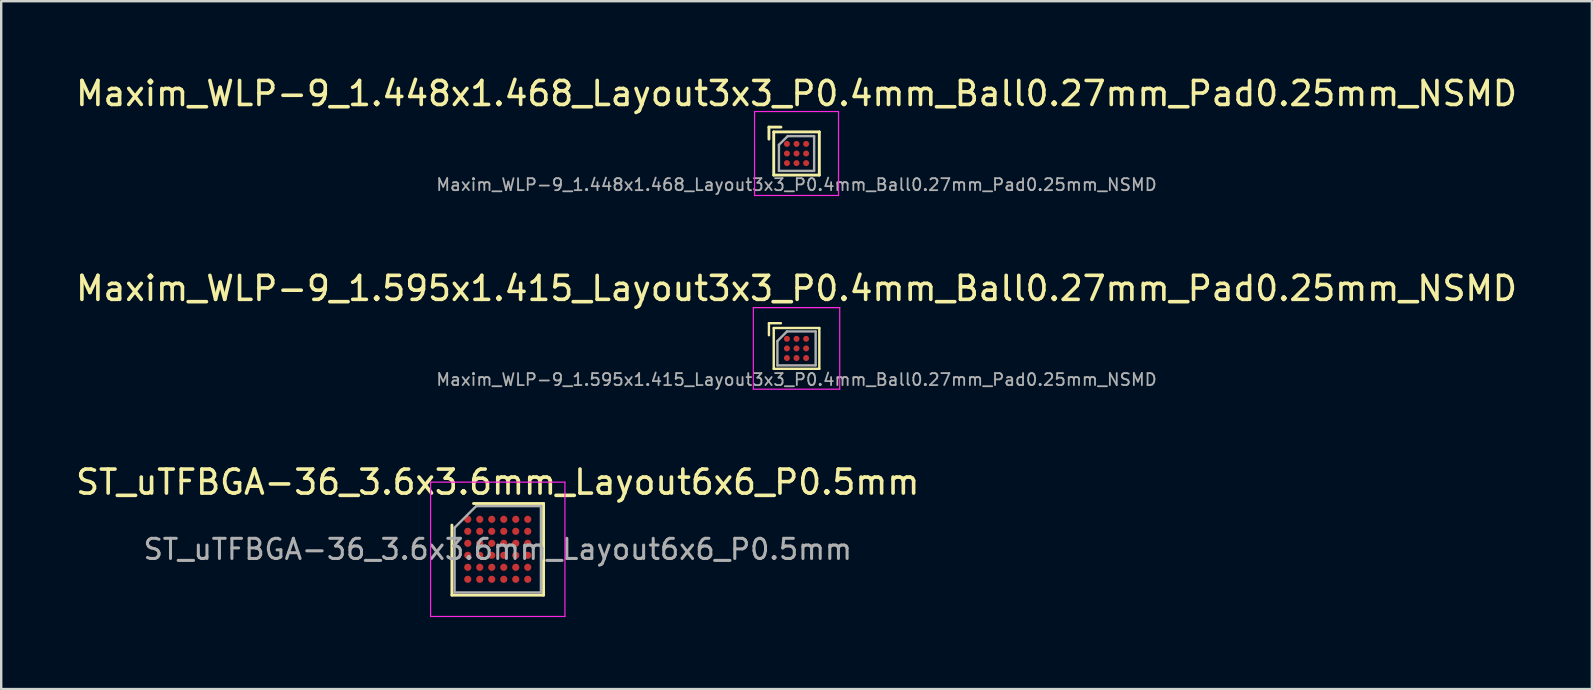
<source format=kicad_pcb>
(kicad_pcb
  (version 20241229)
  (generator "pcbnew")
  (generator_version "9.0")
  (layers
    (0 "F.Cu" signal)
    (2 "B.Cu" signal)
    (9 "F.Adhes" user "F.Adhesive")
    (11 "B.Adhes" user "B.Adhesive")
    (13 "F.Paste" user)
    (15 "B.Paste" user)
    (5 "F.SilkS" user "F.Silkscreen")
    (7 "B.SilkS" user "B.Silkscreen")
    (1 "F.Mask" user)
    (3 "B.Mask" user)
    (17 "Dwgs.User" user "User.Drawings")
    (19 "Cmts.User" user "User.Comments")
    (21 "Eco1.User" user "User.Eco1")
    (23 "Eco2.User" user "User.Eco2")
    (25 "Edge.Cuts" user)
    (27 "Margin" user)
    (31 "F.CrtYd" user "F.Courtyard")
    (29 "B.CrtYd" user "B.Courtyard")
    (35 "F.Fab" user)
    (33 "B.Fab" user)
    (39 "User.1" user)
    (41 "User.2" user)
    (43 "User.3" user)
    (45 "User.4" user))
  (footprint "ST_uTFBGA-36_3.6x3.6mm_Layout6x6_P0.5mm"
    (layer "F.Cu")
    (at 17.696 19.845)
    (property "Reference" "ST_uTFBGA-36_3.6x3.6mm_Layout6x6_P0.5mm" (at 0 -2.8 0) (layer "F.SilkS") (effects (font (size 1 1) (thickness 0.15))))
    (attr smd)
    (fp_line (start -1.91 1.91) (end -1.91 -1.01) (stroke (width 0.12) (type solid)) (layer "F.SilkS"))
    (fp_line (start -1.01 -1.91) (end 1.91 -1.91) (stroke (width 0.12) (type solid)) (layer "F.SilkS"))
    (fp_line (start 1.91 -1.91) (end 1.91 1.91) (stroke (width 0.12) (type solid)) (layer "F.SilkS"))
    (fp_line (start 1.91 1.91) (end -1.91 1.91) (stroke (width 0.12) (type solid)) (layer "F.SilkS"))
    (fp_line (start -2.8 -2.8) (end -2.8 2.8) (stroke (width 0.05) (type solid)) (layer "F.CrtYd"))
    (fp_line (start -2.8 2.8) (end 2.8 2.8) (stroke (width 0.05) (type solid)) (layer "F.CrtYd"))
    (fp_line (start 2.8 -2.8) (end -2.8 -2.8) (stroke (width 0.05) (type solid)) (layer "F.CrtYd"))
    (fp_line (start 2.8 2.8) (end 2.8 -2.8) (stroke (width 0.05) (type solid)) (layer "F.CrtYd"))
    (fp_line (start -1.8 -0.9) (end -0.9 -1.8) (stroke (width 0.1) (type solid)) (layer "F.Fab"))
    (fp_line (start -1.8 1.8) (end -1.8 -0.9) (stroke (width 0.1) (type solid)) (layer "F.Fab"))
    (fp_line (start -0.9 -1.8) (end 1.8 -1.8) (stroke (width 0.1) (type solid)) (layer "F.Fab"))
    (fp_line (start 1.8 -1.8) (end 1.8 1.8) (stroke (width 0.1) (type solid)) (layer "F.Fab"))
    (fp_line (start 1.8 1.8) (end -1.8 1.8) (stroke (width 0.1) (type solid)) (layer "F.Fab"))
    (fp_text user "${REFERENCE}" (at 0 0 0) (layer "F.Fab") (effects (font (size 0.84 0.84) (thickness 0.126))))
    (pad "A1" smd circle (at -1.25 -1.25) (size 0.3 0.3) (layers "F.Cu" "F.Mask" "F.Paste"))
    (pad "A2" smd circle (at -0.75 -1.25) (size 0.3 0.3) (layers "F.Cu" "F.Mask" "F.Paste"))
    (pad "A3" smd circle (at -0.25 -1.25) (size 0.3 0.3) (layers "F.Cu" "F.Mask" "F.Paste"))
    (pad "A4" smd circle (at 0.25 -1.25) (size 0.3 0.3) (layers "F.Cu" "F.Mask" "F.Paste"))
    (pad "A5" smd circle (at 0.75 -1.25) (size 0.3 0.3) (layers "F.Cu" "F.Mask" "F.Paste"))
    (pad "A6" smd circle (at 1.25 -1.25) (size 0.3 0.3) (layers "F.Cu" "F.Mask" "F.Paste"))
    (pad "B1" smd circle (at -1.25 -0.75) (size 0.3 0.3) (layers "F.Cu" "F.Mask" "F.Paste"))
    (pad "B2" smd circle (at -0.75 -0.75) (size 0.3 0.3) (layers "F.Cu" "F.Mask" "F.Paste"))
    (pad "B3" smd circle (at -0.25 -0.75) (size 0.3 0.3) (layers "F.Cu" "F.Mask" "F.Paste"))
    (pad "B4" smd circle (at 0.25 -0.75) (size 0.3 0.3) (layers "F.Cu" "F.Mask" "F.Paste"))
    (pad "B5" smd circle (at 0.75 -0.75) (size 0.3 0.3) (layers "F.Cu" "F.Mask" "F.Paste"))
    (pad "B6" smd circle (at 1.25 -0.75) (size 0.3 0.3) (layers "F.Cu" "F.Mask" "F.Paste"))
    (pad "C1" smd circle (at -1.25 -0.25) (size 0.3 0.3) (layers "F.Cu" "F.Mask" "F.Paste"))
    (pad "C2" smd circle (at -0.75 -0.25) (size 0.3 0.3) (layers "F.Cu" "F.Mask" "F.Paste"))
    (pad "C3" smd circle (at -0.25 -0.25) (size 0.3 0.3) (layers "F.Cu" "F.Mask" "F.Paste"))
    (pad "C4" smd circle (at 0.25 -0.25) (size 0.3 0.3) (layers "F.Cu" "F.Mask" "F.Paste"))
    (pad "C5" smd circle (at 0.75 -0.25) (size 0.3 0.3) (layers "F.Cu" "F.Mask" "F.Paste"))
    (pad "C6" smd circle (at 1.25 -0.25) (size 0.3 0.3) (layers "F.Cu" "F.Mask" "F.Paste"))
    (pad "D1" smd circle (at -1.25 0.25) (size 0.3 0.3) (layers "F.Cu" "F.Mask" "F.Paste"))
    (pad "D2" smd circle (at -0.75 0.25) (size 0.3 0.3) (layers "F.Cu" "F.Mask" "F.Paste"))
    (pad "D3" smd circle (at -0.25 0.25) (size 0.3 0.3) (layers "F.Cu" "F.Mask" "F.Paste"))
    (pad "D4" smd circle (at 0.25 0.25) (size 0.3 0.3) (layers "F.Cu" "F.Mask" "F.Paste"))
    (pad "D5" smd circle (at 0.75 0.25) (size 0.3 0.3) (layers "F.Cu" "F.Mask" "F.Paste"))
    (pad "D6" smd circle (at 1.25 0.25) (size 0.3 0.3) (layers "F.Cu" "F.Mask" "F.Paste"))
    (pad "E1" smd circle (at -1.25 0.75) (size 0.3 0.3) (layers "F.Cu" "F.Mask" "F.Paste"))
    (pad "E2" smd circle (at -0.75 0.75) (size 0.3 0.3) (layers "F.Cu" "F.Mask" "F.Paste"))
    (pad "E3" smd circle (at -0.25 0.75) (size 0.3 0.3) (layers "F.Cu" "F.Mask" "F.Paste"))
    (pad "E4" smd circle (at 0.25 0.75) (size 0.3 0.3) (layers "F.Cu" "F.Mask" "F.Paste"))
    (pad "E5" smd circle (at 0.75 0.75) (size 0.3 0.3) (layers "F.Cu" "F.Mask" "F.Paste"))
    (pad "E6" smd circle (at 1.25 0.75) (size 0.3 0.3) (layers "F.Cu" "F.Mask" "F.Paste"))
    (pad "F1" smd circle (at -1.25 1.25) (size 0.3 0.3) (layers "F.Cu" "F.Mask" "F.Paste"))
    (pad "F2" smd circle (at -0.75 1.25) (size 0.3 0.3) (layers "F.Cu" "F.Mask" "F.Paste"))
    (pad "F3" smd circle (at -0.25 1.25) (size 0.3 0.3) (layers "F.Cu" "F.Mask" "F.Paste"))
    (pad "F4" smd circle (at 0.25 1.25) (size 0.3 0.3) (layers "F.Cu" "F.Mask" "F.Paste"))
    (pad "F5" smd circle (at 0.75 1.25) (size 0.3 0.3) (layers "F.Cu" "F.Mask" "F.Paste"))
    (pad "F6" smd circle (at 1.25 1.25) (size 0.3 0.3) (layers "F.Cu" "F.Mask" "F.Paste")))
  (footprint "Maxim_WLP-9_1.448x1.468_Layout3x3_P0.4mm_Ball0.27mm_Pad0.25mm_NSMD"
    (layer "F.Cu")
    (at 30.149 3.348)
    (property "Reference" "Maxim_WLP-9_1.448x1.468_Layout3x3_P0.4mm_Ball0.27mm_Pad0.25mm_NSMD" (at 0 -2.5 0) (layer "F.SilkS") (effects (font (size 1 1) (thickness 0.15))))
    (attr smd)
    (fp_line (start -1.15 -1.1) (end -1.15 -0.6) (stroke (width 0.12) (type solid)) (layer "F.SilkS"))
    (fp_line (start -1.15 -1.1) (end -0.65 -1.1) (stroke (width 0.12) (type solid)) (layer "F.SilkS"))
    (fp_line (start -0.95 -0.9) (end -0.95 0.9) (stroke (width 0.12) (type solid)) (layer "F.SilkS"))
    (fp_line (start -0.95 -0.9) (end 0.95 -0.9) (stroke (width 0.12) (type solid)) (layer "F.SilkS"))
    (fp_line (start -0.95 0.9) (end 0.95 0.9) (stroke (width 0.12) (type solid)) (layer "F.SilkS"))
    (fp_line (start 0.95 -0.9) (end 0.95 0.9) (stroke (width 0.12) (type solid)) (layer "F.SilkS"))
    (fp_line (start -1.75 -1.75) (end 1.75 -1.75) (stroke (width 0.05) (type solid)) (layer "F.CrtYd"))
    (fp_line (start -1.75 1.75) (end -1.75 -1.75) (stroke (width 0.05) (type solid)) (layer "F.CrtYd"))
    (fp_line (start -1.75 1.75) (end 1.75 1.75) (stroke (width 0.05) (type solid)) (layer "F.CrtYd"))
    (fp_line (start 1.75 -1.75) (end 1.75 1.75) (stroke (width 0.05) (type solid)) (layer "F.CrtYd"))
    (fp_line (start -0.734 -0.362) (end -0.734 0.724) (stroke (width 0.1) (type solid)) (layer "F.Fab"))
    (fp_line (start -0.734 0.724) (end 0.734 0.724) (stroke (width 0.1) (type solid)) (layer "F.Fab"))
    (fp_line (start -0.367 -0.724) (end -0.734 -0.362) (stroke (width 0.1) (type solid)) (layer "F.Fab"))
    (fp_line (start -0.367 -0.724) (end 0.734 -0.724) (stroke (width 0.1) (type solid)) (layer "F.Fab"))
    (fp_line (start 0.734 -0.724) (end 0.734 0.724) (stroke (width 0.1) (type solid)) (layer "F.Fab"))
    (fp_text user "${REFERENCE}" (at 0 1.3 0) (layer "F.Fab") (effects (font (size 0.5 0.5) (thickness 0.075))))
    (pad "A1" smd circle (at -0.4 -0.4 90) (size 0.25 0.25) (layers "F.Cu" "F.Mask" "F.Paste"))
    (pad "A2" smd circle (at 0 -0.4 90) (size 0.25 0.25) (layers "F.Cu" "F.Mask" "F.Paste"))
    (pad "A3" smd circle (at 0.4 -0.4 90) (size 0.25 0.25) (layers "F.Cu" "F.Mask" "F.Paste"))
    (pad "B1" smd circle (at -0.4 0 90) (size 0.25 0.25) (layers "F.Cu" "F.Mask" "F.Paste"))
    (pad "B2" smd circle (at 0 0 90) (size 0.25 0.25) (layers "F.Cu" "F.Mask" "F.Paste"))
    (pad "B3" smd circle (at 0.4 0 90) (size 0.25 0.25) (layers "F.Cu" "F.Mask" "F.Paste"))
    (pad "C1" smd circle (at -0.4 0.4 90) (size 0.25 0.25) (layers "F.Cu" "F.Mask" "F.Paste"))
    (pad "C2" smd circle (at 0 0.4 90) (size 0.25 0.25) (layers "F.Cu" "F.Mask" "F.Paste"))
    (pad "C3" smd circle (at 0.4 0.4 90) (size 0.25 0.25) (layers "F.Cu" "F.Mask" "F.Paste")))
  (footprint "Maxim_WLP-9_1.595x1.415_Layout3x3_P0.4mm_Ball0.27mm_Pad0.25mm_NSMD"
    (layer "F.Cu")
    (at 30.149 11.472)
    (property "Reference" "Maxim_WLP-9_1.595x1.415_Layout3x3_P0.4mm_Ball0.27mm_Pad0.25mm_NSMD" (at 0 -2.5 0) (layer "F.SilkS") (effects (font (size 1 1) (thickness 0.15))))
    (attr smd)
    (fp_line (start -1.15 -1.05) (end -1.15 -0.55) (stroke (width 0.1) (type solid)) (layer "F.SilkS"))
    (fp_line (start -1.15 -1.05) (end -0.65 -1.05) (stroke (width 0.1) (type solid)) (layer "F.SilkS"))
    (fp_line (start -0.95 -0.85) (end -0.95 0.85) (stroke (width 0.1) (type solid)) (layer "F.SilkS"))
    (fp_line (start -0.95 -0.85) (end 0.95 -0.85) (stroke (width 0.1) (type solid)) (layer "F.SilkS"))
    (fp_line (start -0.95 0.85) (end 0.95 0.85) (stroke (width 0.1) (type solid)) (layer "F.SilkS"))
    (fp_line (start 0.95 -0.85) (end 0.95 0.85) (stroke (width 0.1) (type solid)) (layer "F.SilkS"))
    (fp_line (start -1.8 -1.7) (end 1.8 -1.7) (stroke (width 0.05) (type solid)) (layer "F.CrtYd"))
    (fp_line (start -1.8 1.7) (end -1.8 -1.7) (stroke (width 0.05) (type solid)) (layer "F.CrtYd"))
    (fp_line (start -1.8 1.7) (end 1.8 1.7) (stroke (width 0.05) (type solid)) (layer "F.CrtYd"))
    (fp_line (start 1.8 -1.7) (end 1.8 1.7) (stroke (width 0.05) (type solid)) (layer "F.CrtYd"))
    (fp_line (start -0.797 -0.307) (end -0.797 0.708) (stroke (width 0.1) (type solid)) (layer "F.Fab"))
    (fp_line (start -0.797 0.708) (end 0.797 0.708) (stroke (width 0.1) (type solid)) (layer "F.Fab"))
    (fp_line (start -0.398 -0.708) (end -0.797 -0.307) (stroke (width 0.1) (type solid)) (layer "F.Fab"))
    (fp_line (start -0.398 -0.708) (end 0.797 -0.708) (stroke (width 0.1) (type solid)) (layer "F.Fab"))
    (fp_line (start 0.797 -0.708) (end 0.797 0.708) (stroke (width 0.1) (type solid)) (layer "F.Fab"))
    (fp_text user "${REFERENCE}" (at 0 1.3 0) (layer "F.Fab") (effects (font (size 0.5 0.5) (thickness 0.075))))
    (pad "A1" smd circle (at -0.4 -0.4 90) (size 0.25 0.25) (layers "F.Cu" "F.Mask" "F.Paste"))
    (pad "A2" smd circle (at 0 -0.4 90) (size 0.25 0.25) (layers "F.Cu" "F.Mask" "F.Paste"))
    (pad "A3" smd circle (at 0.4 -0.4 90) (size 0.25 0.25) (layers "F.Cu" "F.Mask" "F.Paste"))
    (pad "B1" smd circle (at -0.4 0 90) (size 0.25 0.25) (layers "F.Cu" "F.Mask" "F.Paste"))
    (pad "B2" smd circle (at 0 0 90) (size 0.25 0.25) (layers "F.Cu" "F.Mask" "F.Paste"))
    (pad "B3" smd circle (at 0.4 0 90) (size 0.25 0.25) (layers "F.Cu" "F.Mask" "F.Paste"))
    (pad "C1" smd circle (at -0.4 0.4 90) (size 0.25 0.25) (layers "F.Cu" "F.Mask" "F.Paste"))
    (pad "C2" smd circle (at 0 0.4 90) (size 0.25 0.25) (layers "F.Cu" "F.Mask" "F.Paste"))
    (pad "C3" smd circle (at 0.4 0.4 90) (size 0.25 0.25) (layers "F.Cu" "F.Mask" "F.Paste")))
  (gr_rect
    (start -3 -3)
    (end 63.298 25.67)
    (stroke (width 0.1) (type default))
    (fill no)
    (layer "Edge.Cuts")))
</source>
